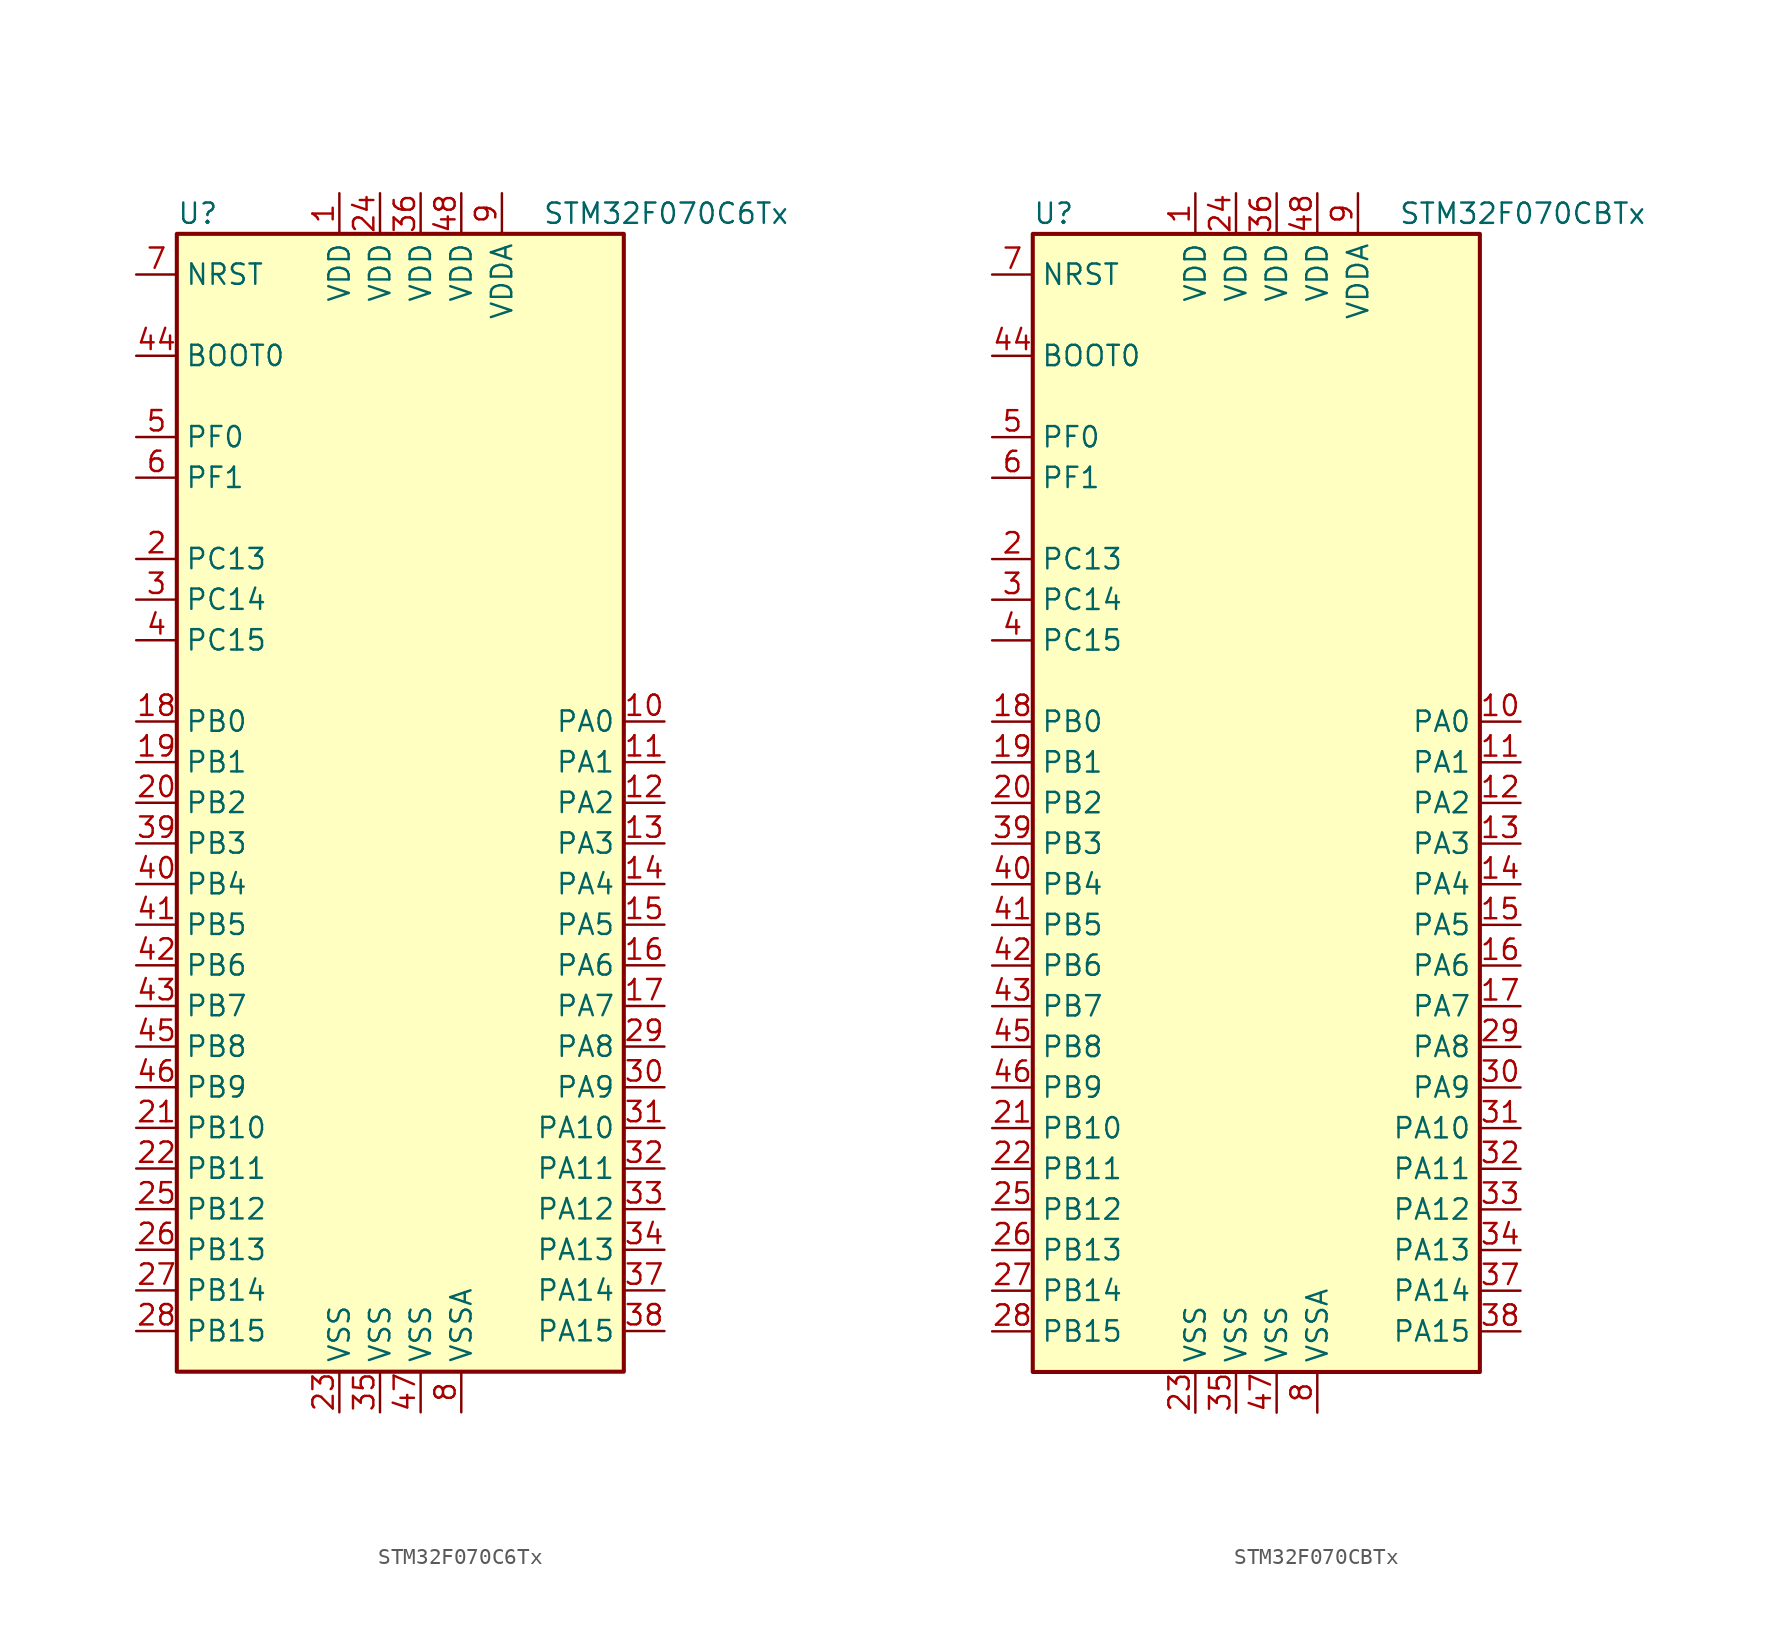
<source format=kicad_sym>
(kicad_symbol_lib
  (version 20211014)
  (generator kicad_symbol_editor)
  (symbol "STM32F070C6Tx"
    (property "Reference" "U"
      (at -15.24 36.83 0)
      (effects (font (size 1.27 1.27)) (justify left)))
    (property "Value" "STM32F070C6Tx"
      (at 7.62 36.83 0)
      (effects (font (size 1.27 1.27)) (justify left)))
    (symbol "STM32F070C6Tx_0_1"
      (rectangle (start -15.24 -35.56) (end 12.7 35.56) (stroke (width 0.254) (type default) (color 0 0 0 0)) (fill (type background))))
    (symbol "STM32F070C6Tx_1_1"
      (pin power_in line (at -5.08 38.1 270) (length 2.54) (name "VDD" (effects (font (size 1.27 1.27)))) (number "1" (effects (font (size 1.27 1.27)))))
      (pin bidirectional line (at 15.24 5.08 180) (length 2.54) (name "PA0" (effects (font (size 1.27 1.27)))) (number "10" (effects (font (size 1.27 1.27)))))
      (pin bidirectional line (at 15.24 2.54 180) (length 2.54) (name "PA1" (effects (font (size 1.27 1.27)))) (number "11" (effects (font (size 1.27 1.27)))))
      (pin bidirectional line (at 15.24 0 180) (length 2.54) (name "PA2" (effects (font (size 1.27 1.27)))) (number "12" (effects (font (size 1.27 1.27)))))
      (pin bidirectional line (at 15.24 -2.54 180) (length 2.54) (name "PA3" (effects (font (size 1.27 1.27)))) (number "13" (effects (font (size 1.27 1.27)))))
      (pin bidirectional line (at 15.24 -5.08 180) (length 2.54) (name "PA4" (effects (font (size 1.27 1.27)))) (number "14" (effects (font (size 1.27 1.27)))))
      (pin bidirectional line (at 15.24 -7.62 180) (length 2.54) (name "PA5" (effects (font (size 1.27 1.27)))) (number "15" (effects (font (size 1.27 1.27)))))
      (pin bidirectional line (at 15.24 -10.16 180) (length 2.54) (name "PA6" (effects (font (size 1.27 1.27)))) (number "16" (effects (font (size 1.27 1.27)))))
      (pin bidirectional line (at 15.24 -12.7 180) (length 2.54) (name "PA7" (effects (font (size 1.27 1.27)))) (number "17" (effects (font (size 1.27 1.27)))))
      (pin bidirectional line (at -17.78 5.08 0) (length 2.54) (name "PB0" (effects (font (size 1.27 1.27)))) (number "18" (effects (font (size 1.27 1.27)))))
      (pin bidirectional line (at -17.78 2.54 0) (length 2.54) (name "PB1" (effects (font (size 1.27 1.27)))) (number "19" (effects (font (size 1.27 1.27)))))
      (pin bidirectional line (at -17.78 15.24 0) (length 2.54) (name "PC13" (effects (font (size 1.27 1.27)))) (number "2" (effects (font (size 1.27 1.27)))))
      (pin bidirectional line (at -17.78 0 0) (length 2.54) (name "PB2" (effects (font (size 1.27 1.27)))) (number "20" (effects (font (size 1.27 1.27)))))
      (pin bidirectional line (at -17.78 -20.32 0) (length 2.54) (name "PB10" (effects (font (size 1.27 1.27)))) (number "21" (effects (font (size 1.27 1.27)))))
      (pin bidirectional line (at -17.78 -22.86 0) (length 2.54) (name "PB11" (effects (font (size 1.27 1.27)))) (number "22" (effects (font (size 1.27 1.27)))))
      (pin power_in line (at -5.08 -38.1 90) (length 2.54) (name "VSS" (effects (font (size 1.27 1.27)))) (number "23" (effects (font (size 1.27 1.27)))))
      (pin power_in line (at -2.54 38.1 270) (length 2.54) (name "VDD" (effects (font (size 1.27 1.27)))) (number "24" (effects (font (size 1.27 1.27)))))
      (pin bidirectional line (at -17.78 -25.4 0) (length 2.54) (name "PB12" (effects (font (size 1.27 1.27)))) (number "25" (effects (font (size 1.27 1.27)))))
      (pin bidirectional line (at -17.78 -27.94 0) (length 2.54) (name "PB13" (effects (font (size 1.27 1.27)))) (number "26" (effects (font (size 1.27 1.27)))))
      (pin bidirectional line (at -17.78 -30.48 0) (length 2.54) (name "PB14" (effects (font (size 1.27 1.27)))) (number "27" (effects (font (size 1.27 1.27)))))
      (pin bidirectional line (at -17.78 -33.02 0) (length 2.54) (name "PB15" (effects (font (size 1.27 1.27)))) (number "28" (effects (font (size 1.27 1.27)))))
      (pin bidirectional line (at 15.24 -15.24 180) (length 2.54) (name "PA8" (effects (font (size 1.27 1.27)))) (number "29" (effects (font (size 1.27 1.27)))))
      (pin bidirectional line (at -17.78 12.7 0) (length 2.54) (name "PC14" (effects (font (size 1.27 1.27)))) (number "3" (effects (font (size 1.27 1.27)))))
      (pin bidirectional line (at 15.24 -17.78 180) (length 2.54) (name "PA9" (effects (font (size 1.27 1.27)))) (number "30" (effects (font (size 1.27 1.27)))))
      (pin bidirectional line (at 15.24 -20.32 180) (length 2.54) (name "PA10" (effects (font (size 1.27 1.27)))) (number "31" (effects (font (size 1.27 1.27)))))
      (pin bidirectional line (at 15.24 -22.86 180) (length 2.54) (name "PA11" (effects (font (size 1.27 1.27)))) (number "32" (effects (font (size 1.27 1.27)))))
      (pin bidirectional line (at 15.24 -25.4 180) (length 2.54) (name "PA12" (effects (font (size 1.27 1.27)))) (number "33" (effects (font (size 1.27 1.27)))))
      (pin bidirectional line (at 15.24 -27.94 180) (length 2.54) (name "PA13" (effects (font (size 1.27 1.27)))) (number "34" (effects (font (size 1.27 1.27)))))
      (pin power_in line (at -2.54 -38.1 90) (length 2.54) (name "VSS" (effects (font (size 1.27 1.27)))) (number "35" (effects (font (size 1.27 1.27)))))
      (pin power_in line (at 0 38.1 270) (length 2.54) (name "VDD" (effects (font (size 1.27 1.27)))) (number "36" (effects (font (size 1.27 1.27)))))
      (pin bidirectional line (at 15.24 -30.48 180) (length 2.54) (name "PA14" (effects (font (size 1.27 1.27)))) (number "37" (effects (font (size 1.27 1.27)))))
      (pin bidirectional line (at 15.24 -33.02 180) (length 2.54) (name "PA15" (effects (font (size 1.27 1.27)))) (number "38" (effects (font (size 1.27 1.27)))))
      (pin bidirectional line (at -17.78 -2.54 0) (length 2.54) (name "PB3" (effects (font (size 1.27 1.27)))) (number "39" (effects (font (size 1.27 1.27)))))
      (pin bidirectional line (at -17.78 10.16 0) (length 2.54) (name "PC15" (effects (font (size 1.27 1.27)))) (number "4" (effects (font (size 1.27 1.27)))))
      (pin bidirectional line (at -17.78 -5.08 0) (length 2.54) (name "PB4" (effects (font (size 1.27 1.27)))) (number "40" (effects (font (size 1.27 1.27)))))
      (pin bidirectional line (at -17.78 -7.62 0) (length 2.54) (name "PB5" (effects (font (size 1.27 1.27)))) (number "41" (effects (font (size 1.27 1.27)))))
      (pin bidirectional line (at -17.78 -10.16 0) (length 2.54) (name "PB6" (effects (font (size 1.27 1.27)))) (number "42" (effects (font (size 1.27 1.27)))))
      (pin bidirectional line (at -17.78 -12.7 0) (length 2.54) (name "PB7" (effects (font (size 1.27 1.27)))) (number "43" (effects (font (size 1.27 1.27)))))
      (pin input line (at -17.78 27.94 0) (length 2.54) (name "BOOT0" (effects (font (size 1.27 1.27)))) (number "44" (effects (font (size 1.27 1.27)))))
      (pin bidirectional line (at -17.78 -15.24 0) (length 2.54) (name "PB8" (effects (font (size 1.27 1.27)))) (number "45" (effects (font (size 1.27 1.27)))))
      (pin bidirectional line (at -17.78 -17.78 0) (length 2.54) (name "PB9" (effects (font (size 1.27 1.27)))) (number "46" (effects (font (size 1.27 1.27)))))
      (pin power_in line (at 0 -38.1 90) (length 2.54) (name "VSS" (effects (font (size 1.27 1.27)))) (number "47" (effects (font (size 1.27 1.27)))))
      (pin power_in line (at 2.54 38.1 270) (length 2.54) (name "VDD" (effects (font (size 1.27 1.27)))) (number "48" (effects (font (size 1.27 1.27)))))
      (pin input line (at -17.78 22.86 0) (length 2.54) (name "PF0" (effects (font (size 1.27 1.27)))) (number "5" (effects (font (size 1.27 1.27)))))
      (pin input line (at -17.78 20.32 0) (length 2.54) (name "PF1" (effects (font (size 1.27 1.27)))) (number "6" (effects (font (size 1.27 1.27)))))
      (pin input line (at -17.78 33.02 0) (length 2.54) (name "NRST" (effects (font (size 1.27 1.27)))) (number "7" (effects (font (size 1.27 1.27)))))
      (pin power_in line (at 2.54 -38.1 90) (length 2.54) (name "VSSA" (effects (font (size 1.27 1.27)))) (number "8" (effects (font (size 1.27 1.27)))))
      (pin power_in line (at 5.08 38.1 270) (length 2.54) (name "VDDA" (effects (font (size 1.27 1.27)))) (number "9" (effects (font (size 1.27 1.27)))))))
  (symbol "STM32F070CBTx"
    (property "Reference" "U"
      (at -15.24 36.83 0)
      (effects (font (size 1.27 1.27)) (justify left)))
    (property "Value" "STM32F070CBTx"
      (at 7.62 36.83 0)
      (effects (font (size 1.27 1.27)) (justify left)))
    (symbol "STM32F070CBTx_0_1"
      (rectangle (start -15.24 -35.56) (end 12.7 35.56) (stroke (width 0.254) (type default) (color 0 0 0 0)) (fill (type background))))
    (symbol "STM32F070CBTx_1_1"
      (pin power_in line (at -5.08 38.1 270) (length 2.54) (name "VDD" (effects (font (size 1.27 1.27)))) (number "1" (effects (font (size 1.27 1.27)))))
      (pin bidirectional line (at 15.24 5.08 180) (length 2.54) (name "PA0" (effects (font (size 1.27 1.27)))) (number "10" (effects (font (size 1.27 1.27)))))
      (pin bidirectional line (at 15.24 2.54 180) (length 2.54) (name "PA1" (effects (font (size 1.27 1.27)))) (number "11" (effects (font (size 1.27 1.27)))))
      (pin bidirectional line (at 15.24 0 180) (length 2.54) (name "PA2" (effects (font (size 1.27 1.27)))) (number "12" (effects (font (size 1.27 1.27)))))
      (pin bidirectional line (at 15.24 -2.54 180) (length 2.54) (name "PA3" (effects (font (size 1.27 1.27)))) (number "13" (effects (font (size 1.27 1.27)))))
      (pin bidirectional line (at 15.24 -5.08 180) (length 2.54) (name "PA4" (effects (font (size 1.27 1.27)))) (number "14" (effects (font (size 1.27 1.27)))))
      (pin bidirectional line (at 15.24 -7.62 180) (length 2.54) (name "PA5" (effects (font (size 1.27 1.27)))) (number "15" (effects (font (size 1.27 1.27)))))
      (pin bidirectional line (at 15.24 -10.16 180) (length 2.54) (name "PA6" (effects (font (size 1.27 1.27)))) (number "16" (effects (font (size 1.27 1.27)))))
      (pin bidirectional line (at 15.24 -12.7 180) (length 2.54) (name "PA7" (effects (font (size 1.27 1.27)))) (number "17" (effects (font (size 1.27 1.27)))))
      (pin bidirectional line (at -17.78 5.08 0) (length 2.54) (name "PB0" (effects (font (size 1.27 1.27)))) (number "18" (effects (font (size 1.27 1.27)))))
      (pin bidirectional line (at -17.78 2.54 0) (length 2.54) (name "PB1" (effects (font (size 1.27 1.27)))) (number "19" (effects (font (size 1.27 1.27)))))
      (pin bidirectional line (at -17.78 15.24 0) (length 2.54) (name "PC13" (effects (font (size 1.27 1.27)))) (number "2" (effects (font (size 1.27 1.27)))))
      (pin bidirectional line (at -17.78 0 0) (length 2.54) (name "PB2" (effects (font (size 1.27 1.27)))) (number "20" (effects (font (size 1.27 1.27)))))
      (pin bidirectional line (at -17.78 -20.32 0) (length 2.54) (name "PB10" (effects (font (size 1.27 1.27)))) (number "21" (effects (font (size 1.27 1.27)))))
      (pin bidirectional line (at -17.78 -22.86 0) (length 2.54) (name "PB11" (effects (font (size 1.27 1.27)))) (number "22" (effects (font (size 1.27 1.27)))))
      (pin power_in line (at -5.08 -38.1 90) (length 2.54) (name "VSS" (effects (font (size 1.27 1.27)))) (number "23" (effects (font (size 1.27 1.27)))))
      (pin power_in line (at -2.54 38.1 270) (length 2.54) (name "VDD" (effects (font (size 1.27 1.27)))) (number "24" (effects (font (size 1.27 1.27)))))
      (pin bidirectional line (at -17.78 -25.4 0) (length 2.54) (name "PB12" (effects (font (size 1.27 1.27)))) (number "25" (effects (font (size 1.27 1.27)))))
      (pin bidirectional line (at -17.78 -27.94 0) (length 2.54) (name "PB13" (effects (font (size 1.27 1.27)))) (number "26" (effects (font (size 1.27 1.27)))))
      (pin bidirectional line (at -17.78 -30.48 0) (length 2.54) (name "PB14" (effects (font (size 1.27 1.27)))) (number "27" (effects (font (size 1.27 1.27)))))
      (pin bidirectional line (at -17.78 -33.02 0) (length 2.54) (name "PB15" (effects (font (size 1.27 1.27)))) (number "28" (effects (font (size 1.27 1.27)))))
      (pin bidirectional line (at 15.24 -15.24 180) (length 2.54) (name "PA8" (effects (font (size 1.27 1.27)))) (number "29" (effects (font (size 1.27 1.27)))))
      (pin bidirectional line (at -17.78 12.7 0) (length 2.54) (name "PC14" (effects (font (size 1.27 1.27)))) (number "3" (effects (font (size 1.27 1.27)))))
      (pin bidirectional line (at 15.24 -17.78 180) (length 2.54) (name "PA9" (effects (font (size 1.27 1.27)))) (number "30" (effects (font (size 1.27 1.27)))))
      (pin bidirectional line (at 15.24 -20.32 180) (length 2.54) (name "PA10" (effects (font (size 1.27 1.27)))) (number "31" (effects (font (size 1.27 1.27)))))
      (pin bidirectional line (at 15.24 -22.86 180) (length 2.54) (name "PA11" (effects (font (size 1.27 1.27)))) (number "32" (effects (font (size 1.27 1.27)))))
      (pin bidirectional line (at 15.24 -25.4 180) (length 2.54) (name "PA12" (effects (font (size 1.27 1.27)))) (number "33" (effects (font (size 1.27 1.27)))))
      (pin bidirectional line (at 15.24 -27.94 180) (length 2.54) (name "PA13" (effects (font (size 1.27 1.27)))) (number "34" (effects (font (size 1.27 1.27)))))
      (pin power_in line (at -2.54 -38.1 90) (length 2.54) (name "VSS" (effects (font (size 1.27 1.27)))) (number "35" (effects (font (size 1.27 1.27)))))
      (pin power_in line (at 0 38.1 270) (length 2.54) (name "VDD" (effects (font (size 1.27 1.27)))) (number "36" (effects (font (size 1.27 1.27)))))
      (pin bidirectional line (at 15.24 -30.48 180) (length 2.54) (name "PA14" (effects (font (size 1.27 1.27)))) (number "37" (effects (font (size 1.27 1.27)))))
      (pin bidirectional line (at 15.24 -33.02 180) (length 2.54) (name "PA15" (effects (font (size 1.27 1.27)))) (number "38" (effects (font (size 1.27 1.27)))))
      (pin bidirectional line (at -17.78 -2.54 0) (length 2.54) (name "PB3" (effects (font (size 1.27 1.27)))) (number "39" (effects (font (size 1.27 1.27)))))
      (pin bidirectional line (at -17.78 10.16 0) (length 2.54) (name "PC15" (effects (font (size 1.27 1.27)))) (number "4" (effects (font (size 1.27 1.27)))))
      (pin bidirectional line (at -17.78 -5.08 0) (length 2.54) (name "PB4" (effects (font (size 1.27 1.27)))) (number "40" (effects (font (size 1.27 1.27)))))
      (pin bidirectional line (at -17.78 -7.62 0) (length 2.54) (name "PB5" (effects (font (size 1.27 1.27)))) (number "41" (effects (font (size 1.27 1.27)))))
      (pin bidirectional line (at -17.78 -10.16 0) (length 2.54) (name "PB6" (effects (font (size 1.27 1.27)))) (number "42" (effects (font (size 1.27 1.27)))))
      (pin bidirectional line (at -17.78 -12.7 0) (length 2.54) (name "PB7" (effects (font (size 1.27 1.27)))) (number "43" (effects (font (size 1.27 1.27)))))
      (pin input line (at -17.78 27.94 0) (length 2.54) (name "BOOT0" (effects (font (size 1.27 1.27)))) (number "44" (effects (font (size 1.27 1.27)))))
      (pin bidirectional line (at -17.78 -15.24 0) (length 2.54) (name "PB8" (effects (font (size 1.27 1.27)))) (number "45" (effects (font (size 1.27 1.27)))))
      (pin bidirectional line (at -17.78 -17.78 0) (length 2.54) (name "PB9" (effects (font (size 1.27 1.27)))) (number "46" (effects (font (size 1.27 1.27)))))
      (pin power_in line (at 0 -38.1 90) (length 2.54) (name "VSS" (effects (font (size 1.27 1.27)))) (number "47" (effects (font (size 1.27 1.27)))))
      (pin power_in line (at 2.54 38.1 270) (length 2.54) (name "VDD" (effects (font (size 1.27 1.27)))) (number "48" (effects (font (size 1.27 1.27)))))
      (pin input line (at -17.78 22.86 0) (length 2.54) (name "PF0" (effects (font (size 1.27 1.27)))) (number "5" (effects (font (size 1.27 1.27)))))
      (pin input line (at -17.78 20.32 0) (length 2.54) (name "PF1" (effects (font (size 1.27 1.27)))) (number "6" (effects (font (size 1.27 1.27)))))
      (pin input line (at -17.78 33.02 0) (length 2.54) (name "NRST" (effects (font (size 1.27 1.27)))) (number "7" (effects (font (size 1.27 1.27)))))
      (pin power_in line (at 2.54 -38.1 90) (length 2.54) (name "VSSA" (effects (font (size 1.27 1.27)))) (number "8" (effects (font (size 1.27 1.27)))))
      (pin power_in line (at 5.08 38.1 270) (length 2.54) (name "VDDA" (effects (font (size 1.27 1.27)))) (number "9" (effects (font (size 1.27 1.27))))))))
</source>
